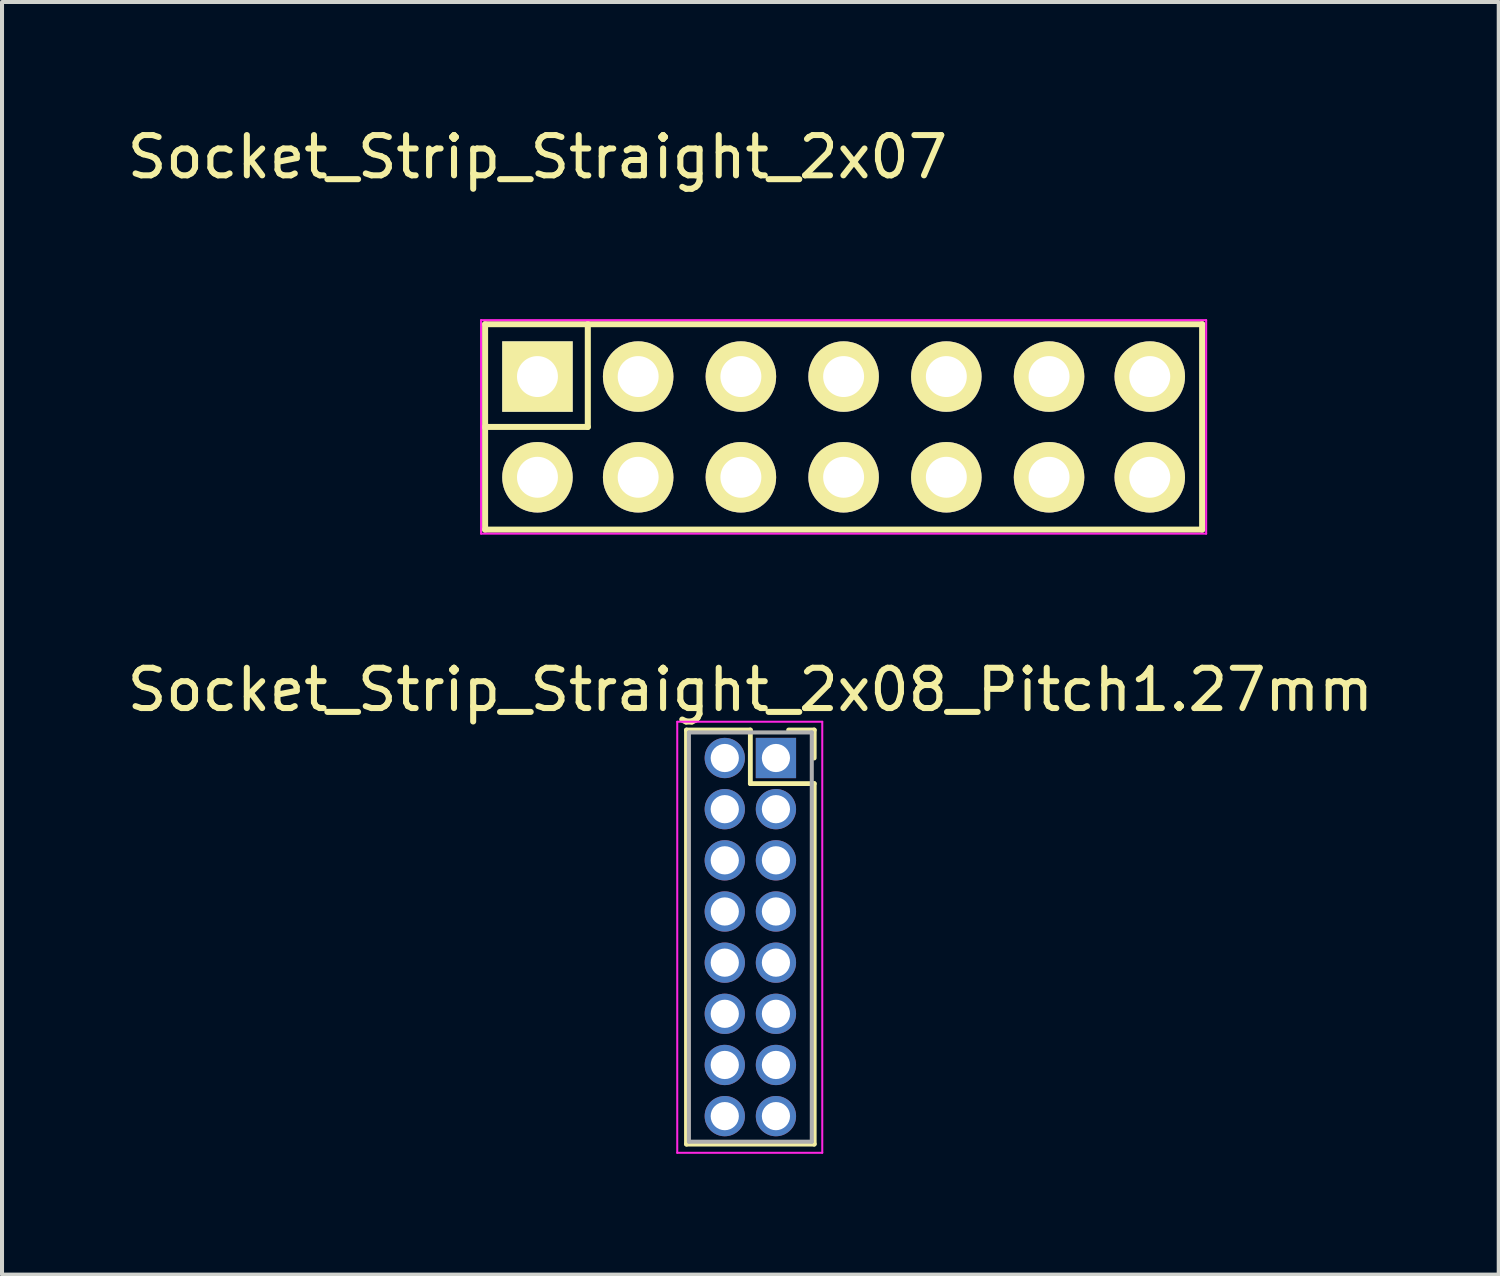
<source format=kicad_pcb>
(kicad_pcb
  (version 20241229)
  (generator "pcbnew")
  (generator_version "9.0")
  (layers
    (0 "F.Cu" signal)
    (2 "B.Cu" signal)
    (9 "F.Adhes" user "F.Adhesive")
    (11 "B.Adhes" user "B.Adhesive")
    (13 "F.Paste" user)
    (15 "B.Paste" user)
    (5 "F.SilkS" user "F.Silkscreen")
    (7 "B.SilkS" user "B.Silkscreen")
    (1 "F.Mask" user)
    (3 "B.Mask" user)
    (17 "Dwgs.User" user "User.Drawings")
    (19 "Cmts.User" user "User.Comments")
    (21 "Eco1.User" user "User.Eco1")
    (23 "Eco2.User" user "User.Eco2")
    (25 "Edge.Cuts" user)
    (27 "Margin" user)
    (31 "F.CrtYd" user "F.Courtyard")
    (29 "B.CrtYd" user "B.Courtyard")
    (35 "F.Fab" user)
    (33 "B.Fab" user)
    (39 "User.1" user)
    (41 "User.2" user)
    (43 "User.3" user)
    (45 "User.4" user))
  (footprint "Socket_Strip_Straight_2x07"
    (layer "F.Cu")
    (at 10.292 6.298)
    (property "Reference" "Socket_Strip_Straight_2x07" (at 0 -5.45 0) (layer "F.SilkS") (effects (font (size 1 1) (thickness 0.15))))
    (attr through_hole)
    (fp_line (start -1.3 -1.3) (end -1.3 1.25) (stroke (width 0.15) (type solid)) (layer "F.SilkS"))
    (fp_line (start -1.3 -1.3) (end 1.25 -1.3) (stroke (width 0.15) (type solid)) (layer "F.SilkS"))
    (fp_line (start -1.3 1.25) (end 1.25 1.25) (stroke (width 0.15) (type solid)) (layer "F.SilkS"))
    (fp_line (start -1.3 3.8) (end -1.3 1.25) (stroke (width 0.15) (type solid)) (layer "F.SilkS"))
    (fp_line (start 1.25 -1.3) (end 16.5 -1.3) (stroke (width 0.15) (type solid)) (layer "F.SilkS"))
    (fp_line (start 1.25 1.25) (end 1.25 -1.3) (stroke (width 0.15) (type solid)) (layer "F.SilkS"))
    (fp_line (start 16.5 3.8) (end -1.3 3.8) (stroke (width 0.15) (type solid)) (layer "F.SilkS"))
    (fp_line (start 16.5 3.8) (end 16.5 -1.3) (stroke (width 0.15) (type solid)) (layer "F.SilkS"))
    (fp_line (start -1.4 -1.4) (end -1.4 3.9) (stroke (width 0.05) (type solid)) (layer "F.CrtYd"))
    (fp_line (start -1.4 -1.4) (end 16.6 -1.4) (stroke (width 0.05) (type solid)) (layer "F.CrtYd"))
    (fp_line (start -1.4 3.9) (end 16.6 3.9) (stroke (width 0.05) (type solid)) (layer "F.CrtYd"))
    (fp_line (start 16.6 -1.4) (end 16.6 3.9) (stroke (width 0.05) (type solid)) (layer "F.CrtYd"))
    (pad "1" thru_hole rect (at 0 0) (size 1.75 1.75) (drill 1.016) (layers "*.Cu" "*.Mask" "F.SilkS"))
    (pad "2" thru_hole oval (at 0 2.5) (size 1.75 1.75) (drill 1.016) (layers "*.Cu" "*.Mask" "F.SilkS"))
    (pad "3" thru_hole oval (at 2.5 0) (size 1.75 1.75) (drill 1.016) (layers "*.Cu" "*.Mask" "F.SilkS"))
    (pad "4" thru_hole oval (at 2.5 2.5) (size 1.75 1.75) (drill 1.016) (layers "*.Cu" "*.Mask" "F.SilkS"))
    (pad "5" thru_hole oval (at 5.05 0) (size 1.75 1.75) (drill 1.016) (layers "*.Cu" "*.Mask" "F.SilkS"))
    (pad "6" thru_hole oval (at 5.05 2.5) (size 1.75 1.75) (drill 1.016) (layers "*.Cu" "*.Mask" "F.SilkS"))
    (pad "7" thru_hole oval (at 7.6 0) (size 1.75 1.75) (drill 1.016) (layers "*.Cu" "*.Mask" "F.SilkS"))
    (pad "8" thru_hole oval (at 7.6 2.5) (size 1.75 1.75) (drill 1.016) (layers "*.Cu" "*.Mask" "F.SilkS"))
    (pad "9" thru_hole oval (at 10.15 0) (size 1.75 1.75) (drill 1.016) (layers "*.Cu" "*.Mask" "F.SilkS"))
    (pad "10" thru_hole oval (at 10.15 2.5) (size 1.75 1.75) (drill 1.016) (layers "*.Cu" "*.Mask" "F.SilkS"))
    (pad "11" thru_hole oval (at 12.7 0) (size 1.75 1.75) (drill 1.016) (layers "*.Cu" "*.Mask" "F.SilkS"))
    (pad "12" thru_hole oval (at 12.7 2.5) (size 1.75 1.75) (drill 1.016) (layers "*.Cu" "*.Mask" "F.SilkS"))
    (pad "13" thru_hole oval (at 15.2 0) (size 1.75 1.75) (drill 1.016) (layers "*.Cu" "*.Mask" "F.SilkS"))
    (pad "14" thru_hole oval (at 15.2 2.5) (size 1.75 1.75) (drill 1.016) (layers "*.Cu" "*.Mask" "F.SilkS")))
  (footprint "Socket_Strip_Straight_2x08_Pitch1.27mm"
    (layer "F.Cu")
    (at 16.212 15.767)
    (property "Reference" "Socket_Strip_Straight_2x08_Pitch1.27mm" (at -0.635 -1.695 0) (layer "F.SilkS") (effects (font (size 1 1) (thickness 0.15))))
    (attr through_hole)
    (fp_line (start -2.22 -0.695) (end -0.635 -0.695) (stroke (width 0.12) (type solid)) (layer "F.SilkS"))
    (fp_line (start -2.22 9.585) (end -2.22 -0.695) (stroke (width 0.12) (type solid)) (layer "F.SilkS"))
    (fp_line (start -0.635 -0.695) (end -0.635 0.635) (stroke (width 0.12) (type solid)) (layer "F.SilkS"))
    (fp_line (start -0.635 0.635) (end 0.95 0.635) (stroke (width 0.12) (type solid)) (layer "F.SilkS"))
    (fp_line (start 0.95 -0.695) (end 0.315 -0.695) (stroke (width 0.12) (type solid)) (layer "F.SilkS"))
    (fp_line (start 0.95 0) (end 0.95 -0.695) (stroke (width 0.12) (type solid)) (layer "F.SilkS"))
    (fp_line (start 0.95 0.635) (end 0.95 9.585) (stroke (width 0.12) (type solid)) (layer "F.SilkS"))
    (fp_line (start 0.95 9.585) (end -2.22 9.585) (stroke (width 0.12) (type solid)) (layer "F.SilkS"))
    (fp_line (start -2.45 -0.9) (end -2.45 9.8) (stroke (width 0.05) (type solid)) (layer "F.CrtYd"))
    (fp_line (start -2.45 9.8) (end 1.15 9.8) (stroke (width 0.05) (type solid)) (layer "F.CrtYd"))
    (fp_line (start 1.15 -0.9) (end -2.45 -0.9) (stroke (width 0.05) (type solid)) (layer "F.CrtYd"))
    (fp_line (start 1.15 9.8) (end 1.15 -0.9) (stroke (width 0.05) (type solid)) (layer "F.CrtYd"))
    (fp_line (start -2.16 -0.635) (end -2.16 9.525) (stroke (width 0.1) (type solid)) (layer "F.Fab"))
    (fp_line (start -2.16 9.525) (end 0.89 9.525) (stroke (width 0.1) (type solid)) (layer "F.Fab"))
    (fp_line (start 0.89 -0.635) (end -2.16 -0.635) (stroke (width 0.1) (type solid)) (layer "F.Fab"))
    (fp_line (start 0.89 9.525) (end 0.89 -0.635) (stroke (width 0.1) (type solid)) (layer "F.Fab"))
    (pad "1" thru_hole rect (at 0 0) (size 1 1) (drill 0.7) (layers "*.Cu" "*.Mask"))
    (pad "2" thru_hole oval (at -1.27 0) (size 1 1) (drill 0.7) (layers "*.Cu" "*.Mask"))
    (pad "3" thru_hole oval (at 0 1.27) (size 1 1) (drill 0.7) (layers "*.Cu" "*.Mask"))
    (pad "4" thru_hole oval (at -1.27 1.27) (size 1 1) (drill 0.7) (layers "*.Cu" "*.Mask"))
    (pad "5" thru_hole oval (at 0 2.54) (size 1 1) (drill 0.7) (layers "*.Cu" "*.Mask"))
    (pad "6" thru_hole oval (at -1.27 2.54) (size 1 1) (drill 0.7) (layers "*.Cu" "*.Mask"))
    (pad "7" thru_hole oval (at 0 3.81) (size 1 1) (drill 0.7) (layers "*.Cu" "*.Mask"))
    (pad "8" thru_hole oval (at -1.27 3.81) (size 1 1) (drill 0.7) (layers "*.Cu" "*.Mask"))
    (pad "9" thru_hole oval (at 0 5.08) (size 1 1) (drill 0.7) (layers "*.Cu" "*.Mask"))
    (pad "10" thru_hole oval (at -1.27 5.08) (size 1 1) (drill 0.7) (layers "*.Cu" "*.Mask"))
    (pad "11" thru_hole oval (at 0 6.35) (size 1 1) (drill 0.7) (layers "*.Cu" "*.Mask"))
    (pad "12" thru_hole oval (at -1.27 6.35) (size 1 1) (drill 0.7) (layers "*.Cu" "*.Mask"))
    (pad "13" thru_hole oval (at 0 7.62) (size 1 1) (drill 0.7) (layers "*.Cu" "*.Mask"))
    (pad "14" thru_hole oval (at -1.27 7.62) (size 1 1) (drill 0.7) (layers "*.Cu" "*.Mask"))
    (pad "15" thru_hole oval (at 0 8.89) (size 1 1) (drill 0.7) (layers "*.Cu" "*.Mask"))
    (pad "16" thru_hole oval (at -1.27 8.89) (size 1 1) (drill 0.7) (layers "*.Cu" "*.Mask")))
  (gr_rect
    (start -3 -3)
    (end 34.155 28.591)
    (stroke (width 0.1) (type default))
    (fill no)
    (layer "Edge.Cuts")))
</source>
